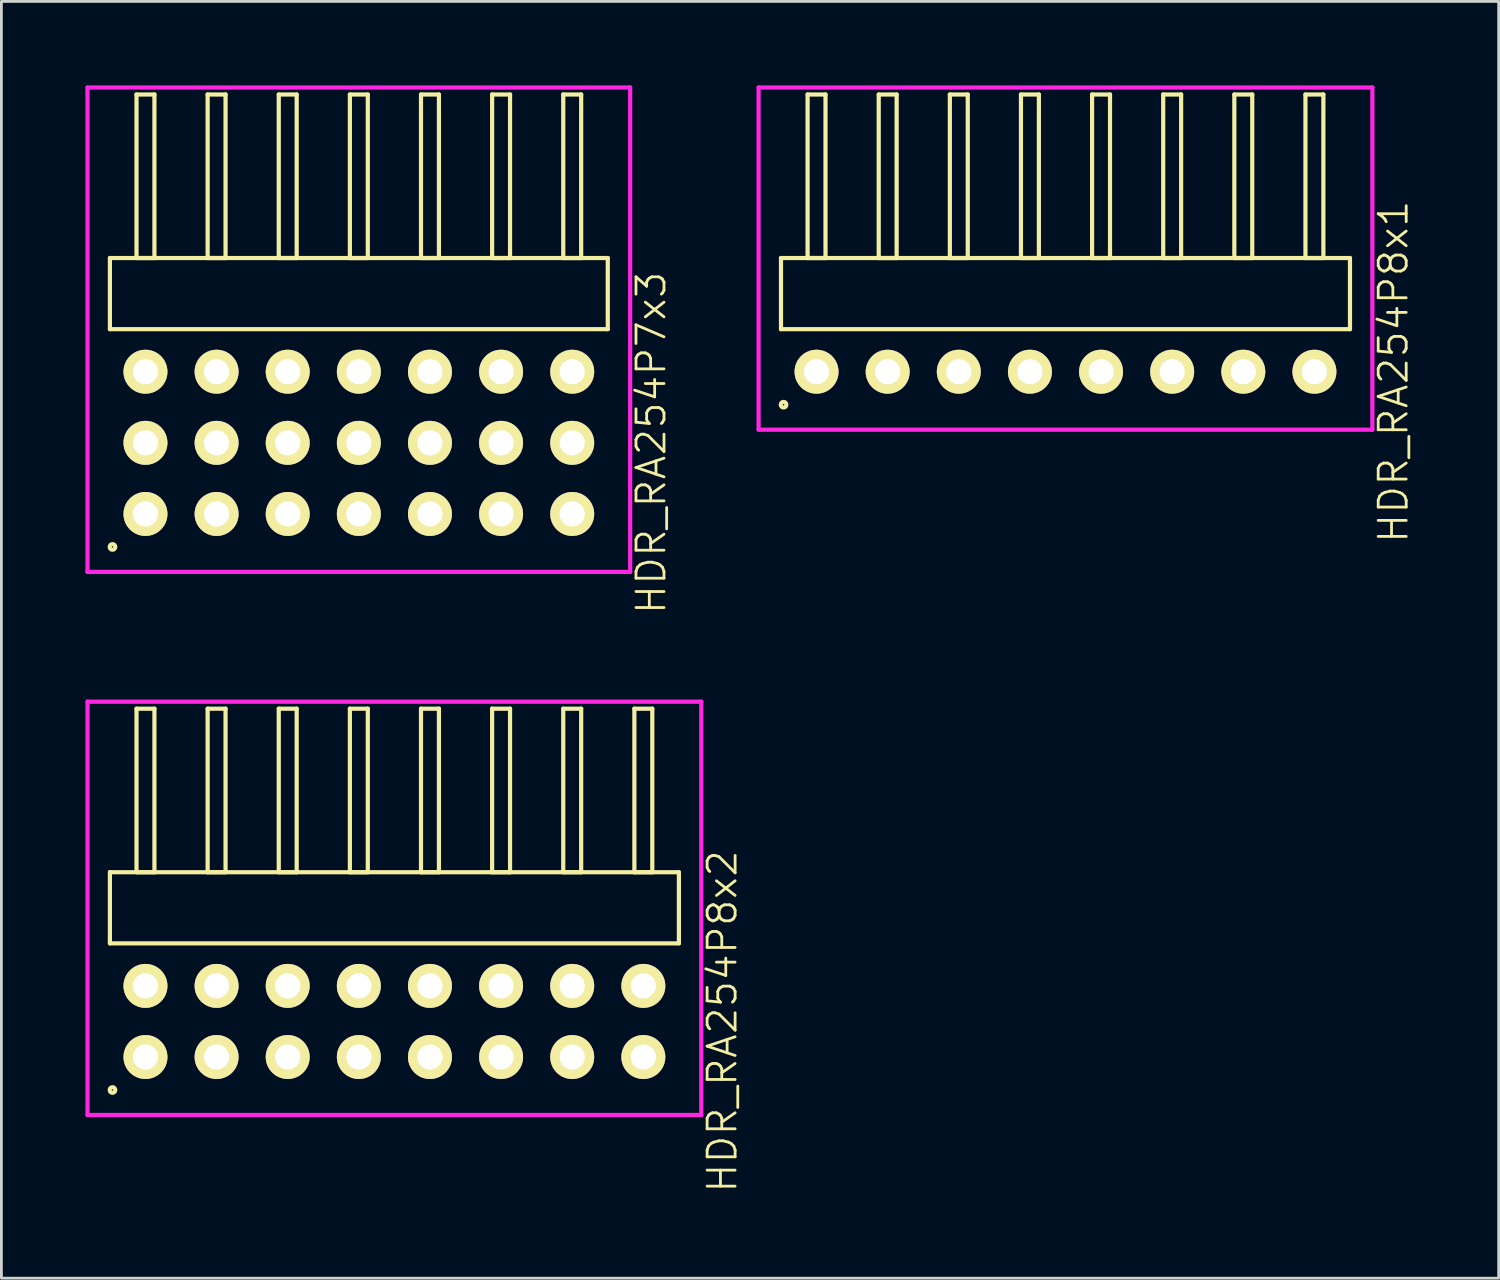
<source format=kicad_pcb>
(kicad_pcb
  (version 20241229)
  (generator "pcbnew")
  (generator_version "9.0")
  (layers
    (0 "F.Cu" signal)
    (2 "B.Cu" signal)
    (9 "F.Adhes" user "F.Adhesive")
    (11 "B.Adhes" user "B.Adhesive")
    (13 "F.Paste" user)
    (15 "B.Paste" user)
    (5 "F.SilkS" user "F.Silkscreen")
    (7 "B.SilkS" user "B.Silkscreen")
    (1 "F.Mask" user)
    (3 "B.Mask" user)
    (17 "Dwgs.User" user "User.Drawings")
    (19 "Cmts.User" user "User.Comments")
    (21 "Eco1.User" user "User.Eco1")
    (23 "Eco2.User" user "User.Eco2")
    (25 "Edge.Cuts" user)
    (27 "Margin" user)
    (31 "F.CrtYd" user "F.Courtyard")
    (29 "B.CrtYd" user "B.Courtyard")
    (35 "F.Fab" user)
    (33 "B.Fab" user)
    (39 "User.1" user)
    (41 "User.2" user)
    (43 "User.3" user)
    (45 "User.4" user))
  (footprint "HDR_RA254P8x2"
    (layer "F.Cu")
    (at 11.035 33.429)
    (property "Reference" "HDR_RA254P8x2" (at 11.71 0 90) (layer "F.SilkS") (effects (font (size 1 1) (thickness 0.1))))
    (attr through_hole)
    (fp_line (start -10.16 -5.33) (end -10.16 -2.79) (stroke (width 0.15) (type solid)) (layer "F.SilkS"))
    (fp_line (start -10.16 -2.79) (end 10.16 -2.79) (stroke (width 0.15) (type solid)) (layer "F.SilkS"))
    (fp_line (start -9.21 -11.17) (end -9.21 -5.33) (stroke (width 0.15) (type solid)) (layer "F.SilkS"))
    (fp_line (start -9.21 -5.33) (end -8.57 -5.33) (stroke (width 0.15) (type solid)) (layer "F.SilkS"))
    (fp_line (start -8.57 -11.17) (end -9.21 -11.17) (stroke (width 0.15) (type solid)) (layer "F.SilkS"))
    (fp_line (start -8.57 -5.33) (end -8.57 -11.17) (stroke (width 0.15) (type solid)) (layer "F.SilkS"))
    (fp_line (start -6.67 -11.17) (end -6.67 -5.33) (stroke (width 0.15) (type solid)) (layer "F.SilkS"))
    (fp_line (start -6.67 -5.33) (end -6.03 -5.33) (stroke (width 0.15) (type solid)) (layer "F.SilkS"))
    (fp_line (start -6.03 -11.17) (end -6.67 -11.17) (stroke (width 0.15) (type solid)) (layer "F.SilkS"))
    (fp_line (start -6.03 -5.33) (end -6.03 -11.17) (stroke (width 0.15) (type solid)) (layer "F.SilkS"))
    (fp_line (start -4.13 -11.17) (end -4.13 -5.33) (stroke (width 0.15) (type solid)) (layer "F.SilkS"))
    (fp_line (start -4.13 -5.33) (end -3.49 -5.33) (stroke (width 0.15) (type solid)) (layer "F.SilkS"))
    (fp_line (start -3.49 -11.17) (end -4.13 -11.17) (stroke (width 0.15) (type solid)) (layer "F.SilkS"))
    (fp_line (start -3.49 -5.33) (end -3.49 -11.17) (stroke (width 0.15) (type solid)) (layer "F.SilkS"))
    (fp_line (start -1.59 -11.17) (end -1.59 -5.33) (stroke (width 0.15) (type solid)) (layer "F.SilkS"))
    (fp_line (start -1.59 -5.33) (end -0.95 -5.33) (stroke (width 0.15) (type solid)) (layer "F.SilkS"))
    (fp_line (start -0.95 -11.17) (end -1.59 -11.17) (stroke (width 0.15) (type solid)) (layer "F.SilkS"))
    (fp_line (start -0.95 -5.33) (end -0.95 -11.17) (stroke (width 0.15) (type solid)) (layer "F.SilkS"))
    (fp_line (start 0.95 -11.17) (end 0.95 -5.33) (stroke (width 0.15) (type solid)) (layer "F.SilkS"))
    (fp_line (start 0.95 -5.33) (end 1.59 -5.33) (stroke (width 0.15) (type solid)) (layer "F.SilkS"))
    (fp_line (start 1.59 -11.17) (end 0.95 -11.17) (stroke (width 0.15) (type solid)) (layer "F.SilkS"))
    (fp_line (start 1.59 -5.33) (end 1.59 -11.17) (stroke (width 0.15) (type solid)) (layer "F.SilkS"))
    (fp_line (start 3.49 -11.17) (end 3.49 -5.33) (stroke (width 0.15) (type solid)) (layer "F.SilkS"))
    (fp_line (start 3.49 -5.33) (end 4.13 -5.33) (stroke (width 0.15) (type solid)) (layer "F.SilkS"))
    (fp_line (start 4.13 -11.17) (end 3.49 -11.17) (stroke (width 0.15) (type solid)) (layer "F.SilkS"))
    (fp_line (start 4.13 -5.33) (end 4.13 -11.17) (stroke (width 0.15) (type solid)) (layer "F.SilkS"))
    (fp_line (start 6.03 -11.17) (end 6.03 -5.33) (stroke (width 0.15) (type solid)) (layer "F.SilkS"))
    (fp_line (start 6.03 -5.33) (end 6.67 -5.33) (stroke (width 0.15) (type solid)) (layer "F.SilkS"))
    (fp_line (start 6.67 -11.17) (end 6.03 -11.17) (stroke (width 0.15) (type solid)) (layer "F.SilkS"))
    (fp_line (start 6.67 -5.33) (end 6.67 -11.17) (stroke (width 0.15) (type solid)) (layer "F.SilkS"))
    (fp_line (start 8.57 -11.17) (end 8.57 -5.33) (stroke (width 0.15) (type solid)) (layer "F.SilkS"))
    (fp_line (start 8.57 -5.33) (end 9.21 -5.33) (stroke (width 0.15) (type solid)) (layer "F.SilkS"))
    (fp_line (start 9.21 -11.17) (end 8.57 -11.17) (stroke (width 0.15) (type solid)) (layer "F.SilkS"))
    (fp_line (start 9.21 -5.33) (end 9.21 -11.17) (stroke (width 0.15) (type solid)) (layer "F.SilkS"))
    (fp_line (start 10.16 -5.33) (end -10.16 -5.33) (stroke (width 0.15) (type solid)) (layer "F.SilkS"))
    (fp_line (start 10.16 -2.79) (end 10.16 -5.33) (stroke (width 0.15) (type solid)) (layer "F.SilkS"))
    (fp_circle (center -10.068 2.448) (end -9.968 2.448) (stroke (width 0.15) (type solid)) (fill no) (layer "F.SilkS"))
    (fp_line (start -10.96 -11.42) (end -10.96 3.34) (stroke (width 0.15) (type solid)) (layer "F.CrtYd"))
    (fp_line (start -10.96 3.34) (end 10.96 3.34) (stroke (width 0.15) (type solid)) (layer "F.CrtYd"))
    (fp_line (start 10.96 -11.42) (end -10.96 -11.42) (stroke (width 0.15) (type solid)) (layer "F.CrtYd"))
    (fp_line (start 10.96 3.34) (end 10.96 -11.42) (stroke (width 0.15) (type solid)) (layer "F.CrtYd"))
    (pad "1" thru_hole oval (at -8.89 1.27) (size 1.57 1.57) (drill 0.9) (layers "*.Cu" "*.Mask" "F.SilkS"))
    (pad "2" thru_hole oval (at -8.89 -1.27) (size 1.57 1.57) (drill 0.9) (layers "*.Cu" "*.Mask" "F.SilkS"))
    (pad "3" thru_hole oval (at -6.35 1.27) (size 1.57 1.57) (drill 0.9) (layers "*.Cu" "*.Mask" "F.SilkS"))
    (pad "4" thru_hole oval (at -6.35 -1.27) (size 1.57 1.57) (drill 0.9) (layers "*.Cu" "*.Mask" "F.SilkS"))
    (pad "5" thru_hole oval (at -3.81 1.27) (size 1.57 1.57) (drill 0.9) (layers "*.Cu" "*.Mask" "F.SilkS"))
    (pad "6" thru_hole oval (at -3.81 -1.27) (size 1.57 1.57) (drill 0.9) (layers "*.Cu" "*.Mask" "F.SilkS"))
    (pad "7" thru_hole oval (at -1.27 1.27) (size 1.57 1.57) (drill 0.9) (layers "*.Cu" "*.Mask" "F.SilkS"))
    (pad "8" thru_hole oval (at -1.27 -1.27) (size 1.57 1.57) (drill 0.9) (layers "*.Cu" "*.Mask" "F.SilkS"))
    (pad "9" thru_hole oval (at 1.27 1.27) (size 1.57 1.57) (drill 0.9) (layers "*.Cu" "*.Mask" "F.SilkS"))
    (pad "10" thru_hole oval (at 1.27 -1.27) (size 1.57 1.57) (drill 0.9) (layers "*.Cu" "*.Mask" "F.SilkS"))
    (pad "11" thru_hole oval (at 3.81 1.27) (size 1.57 1.57) (drill 0.9) (layers "*.Cu" "*.Mask" "F.SilkS"))
    (pad "12" thru_hole oval (at 3.81 -1.27) (size 1.57 1.57) (drill 0.9) (layers "*.Cu" "*.Mask" "F.SilkS"))
    (pad "13" thru_hole oval (at 6.35 1.27) (size 1.57 1.57) (drill 0.9) (layers "*.Cu" "*.Mask" "F.SilkS"))
    (pad "14" thru_hole oval (at 6.35 -1.27) (size 1.57 1.57) (drill 0.9) (layers "*.Cu" "*.Mask" "F.SilkS"))
    (pad "15" thru_hole oval (at 8.89 1.27) (size 1.57 1.57) (drill 0.9) (layers "*.Cu" "*.Mask" "F.SilkS"))
    (pad "16" thru_hole oval (at 8.89 -1.27) (size 1.57 1.57) (drill 0.9) (layers "*.Cu" "*.Mask" "F.SilkS")))
  (footprint "HDR_RA254P7x3"
    (layer "F.Cu")
    (at 9.765 12.765)
    (property "Reference" "HDR_RA254P7x3" (at 10.44 0 90) (layer "F.SilkS") (effects (font (size 1 1) (thickness 0.1))))
    (attr through_hole)
    (fp_line (start -8.89 -6.6) (end -8.89 -4.06) (stroke (width 0.15) (type solid)) (layer "F.SilkS"))
    (fp_line (start -8.89 -4.06) (end 8.89 -4.06) (stroke (width 0.15) (type solid)) (layer "F.SilkS"))
    (fp_line (start -7.94 -12.44) (end -7.94 -6.6) (stroke (width 0.15) (type solid)) (layer "F.SilkS"))
    (fp_line (start -7.94 -6.6) (end -7.3 -6.6) (stroke (width 0.15) (type solid)) (layer "F.SilkS"))
    (fp_line (start -7.3 -12.44) (end -7.94 -12.44) (stroke (width 0.15) (type solid)) (layer "F.SilkS"))
    (fp_line (start -7.3 -6.6) (end -7.3 -12.44) (stroke (width 0.15) (type solid)) (layer "F.SilkS"))
    (fp_line (start -5.4 -12.44) (end -5.4 -6.6) (stroke (width 0.15) (type solid)) (layer "F.SilkS"))
    (fp_line (start -5.4 -6.6) (end -4.76 -6.6) (stroke (width 0.15) (type solid)) (layer "F.SilkS"))
    (fp_line (start -4.76 -12.44) (end -5.4 -12.44) (stroke (width 0.15) (type solid)) (layer "F.SilkS"))
    (fp_line (start -4.76 -6.6) (end -4.76 -12.44) (stroke (width 0.15) (type solid)) (layer "F.SilkS"))
    (fp_line (start -2.86 -12.44) (end -2.86 -6.6) (stroke (width 0.15) (type solid)) (layer "F.SilkS"))
    (fp_line (start -2.86 -6.6) (end -2.22 -6.6) (stroke (width 0.15) (type solid)) (layer "F.SilkS"))
    (fp_line (start -2.22 -12.44) (end -2.86 -12.44) (stroke (width 0.15) (type solid)) (layer "F.SilkS"))
    (fp_line (start -2.22 -6.6) (end -2.22 -12.44) (stroke (width 0.15) (type solid)) (layer "F.SilkS"))
    (fp_line (start -0.32 -12.44) (end -0.32 -6.6) (stroke (width 0.15) (type solid)) (layer "F.SilkS"))
    (fp_line (start -0.32 -6.6) (end 0.32 -6.6) (stroke (width 0.15) (type solid)) (layer "F.SilkS"))
    (fp_line (start 0.32 -12.44) (end -0.32 -12.44) (stroke (width 0.15) (type solid)) (layer "F.SilkS"))
    (fp_line (start 0.32 -6.6) (end 0.32 -12.44) (stroke (width 0.15) (type solid)) (layer "F.SilkS"))
    (fp_line (start 2.22 -12.44) (end 2.22 -6.6) (stroke (width 0.15) (type solid)) (layer "F.SilkS"))
    (fp_line (start 2.22 -6.6) (end 2.86 -6.6) (stroke (width 0.15) (type solid)) (layer "F.SilkS"))
    (fp_line (start 2.86 -12.44) (end 2.22 -12.44) (stroke (width 0.15) (type solid)) (layer "F.SilkS"))
    (fp_line (start 2.86 -6.6) (end 2.86 -12.44) (stroke (width 0.15) (type solid)) (layer "F.SilkS"))
    (fp_line (start 4.76 -12.44) (end 4.76 -6.6) (stroke (width 0.15) (type solid)) (layer "F.SilkS"))
    (fp_line (start 4.76 -6.6) (end 5.4 -6.6) (stroke (width 0.15) (type solid)) (layer "F.SilkS"))
    (fp_line (start 5.4 -12.44) (end 4.76 -12.44) (stroke (width 0.15) (type solid)) (layer "F.SilkS"))
    (fp_line (start 5.4 -6.6) (end 5.4 -12.44) (stroke (width 0.15) (type solid)) (layer "F.SilkS"))
    (fp_line (start 7.3 -12.44) (end 7.3 -6.6) (stroke (width 0.15) (type solid)) (layer "F.SilkS"))
    (fp_line (start 7.3 -6.6) (end 7.94 -6.6) (stroke (width 0.15) (type solid)) (layer "F.SilkS"))
    (fp_line (start 7.94 -12.44) (end 7.3 -12.44) (stroke (width 0.15) (type solid)) (layer "F.SilkS"))
    (fp_line (start 7.94 -6.6) (end 7.94 -12.44) (stroke (width 0.15) (type solid)) (layer "F.SilkS"))
    (fp_line (start 8.89 -6.6) (end -8.89 -6.6) (stroke (width 0.15) (type solid)) (layer "F.SilkS"))
    (fp_line (start 8.89 -4.06) (end 8.89 -6.6) (stroke (width 0.15) (type solid)) (layer "F.SilkS"))
    (fp_circle (center -8.798 3.718) (end -8.698 3.718) (stroke (width 0.15) (type solid)) (fill no) (layer "F.SilkS"))
    (fp_line (start -9.69 -12.69) (end -9.69 4.61) (stroke (width 0.15) (type solid)) (layer "F.CrtYd"))
    (fp_line (start -9.69 4.61) (end 9.69 4.61) (stroke (width 0.15) (type solid)) (layer "F.CrtYd"))
    (fp_line (start 9.69 -12.69) (end -9.69 -12.69) (stroke (width 0.15) (type solid)) (layer "F.CrtYd"))
    (fp_line (start 9.69 4.61) (end 9.69 -12.69) (stroke (width 0.15) (type solid)) (layer "F.CrtYd"))
    (pad "1" thru_hole oval (at -7.62 2.54) (size 1.57 1.57) (drill 0.9) (layers "*.Cu" "*.Mask" "F.SilkS"))
    (pad "2" thru_hole oval (at -7.62 0) (size 1.57 1.57) (drill 0.9) (layers "*.Cu" "*.Mask" "F.SilkS"))
    (pad "3" thru_hole oval (at -7.62 -2.54) (size 1.57 1.57) (drill 0.9) (layers "*.Cu" "*.Mask" "F.SilkS"))
    (pad "4" thru_hole oval (at -5.08 2.54) (size 1.57 1.57) (drill 0.9) (layers "*.Cu" "*.Mask" "F.SilkS"))
    (pad "5" thru_hole oval (at -5.08 0) (size 1.57 1.57) (drill 0.9) (layers "*.Cu" "*.Mask" "F.SilkS"))
    (pad "6" thru_hole oval (at -5.08 -2.54) (size 1.57 1.57) (drill 0.9) (layers "*.Cu" "*.Mask" "F.SilkS"))
    (pad "7" thru_hole oval (at -2.54 2.54) (size 1.57 1.57) (drill 0.9) (layers "*.Cu" "*.Mask" "F.SilkS"))
    (pad "8" thru_hole oval (at -2.54 0) (size 1.57 1.57) (drill 0.9) (layers "*.Cu" "*.Mask" "F.SilkS"))
    (pad "9" thru_hole oval (at -2.54 -2.54) (size 1.57 1.57) (drill 0.9) (layers "*.Cu" "*.Mask" "F.SilkS"))
    (pad "10" thru_hole oval (at 0 2.54) (size 1.57 1.57) (drill 0.9) (layers "*.Cu" "*.Mask" "F.SilkS"))
    (pad "11" thru_hole oval (at 0 0) (size 1.57 1.57) (drill 0.9) (layers "*.Cu" "*.Mask" "F.SilkS"))
    (pad "12" thru_hole oval (at 0 -2.54) (size 1.57 1.57) (drill 0.9) (layers "*.Cu" "*.Mask" "F.SilkS"))
    (pad "13" thru_hole oval (at 2.54 2.54) (size 1.57 1.57) (drill 0.9) (layers "*.Cu" "*.Mask" "F.SilkS"))
    (pad "14" thru_hole oval (at 2.54 0) (size 1.57 1.57) (drill 0.9) (layers "*.Cu" "*.Mask" "F.SilkS"))
    (pad "15" thru_hole oval (at 2.54 -2.54) (size 1.57 1.57) (drill 0.9) (layers "*.Cu" "*.Mask" "F.SilkS"))
    (pad "16" thru_hole oval (at 5.08 2.54) (size 1.57 1.57) (drill 0.9) (layers "*.Cu" "*.Mask" "F.SilkS"))
    (pad "17" thru_hole oval (at 5.08 0) (size 1.57 1.57) (drill 0.9) (layers "*.Cu" "*.Mask" "F.SilkS"))
    (pad "18" thru_hole oval (at 5.08 -2.54) (size 1.57 1.57) (drill 0.9) (layers "*.Cu" "*.Mask" "F.SilkS"))
    (pad "19" thru_hole oval (at 7.62 2.54) (size 1.57 1.57) (drill 0.9) (layers "*.Cu" "*.Mask" "F.SilkS"))
    (pad "20" thru_hole oval (at 7.62 0) (size 1.57 1.57) (drill 0.9) (layers "*.Cu" "*.Mask" "F.SilkS"))
    (pad "21" thru_hole oval (at 7.62 -2.54) (size 1.57 1.57) (drill 0.9) (layers "*.Cu" "*.Mask" "F.SilkS")))
  (footprint "HDR_RA254P8x1"
    (layer "F.Cu")
    (at 35.001 10.225)
    (property "Reference" "HDR_RA254P8x1" (at 11.71 0 90) (layer "F.SilkS") (effects (font (size 1 1) (thickness 0.1))))
    (attr through_hole)
    (fp_line (start -10.16 -4.06) (end -10.16 -1.52) (stroke (width 0.15) (type solid)) (layer "F.SilkS"))
    (fp_line (start -10.16 -1.52) (end 10.16 -1.52) (stroke (width 0.15) (type solid)) (layer "F.SilkS"))
    (fp_line (start -9.21 -9.9) (end -9.21 -4.06) (stroke (width 0.15) (type solid)) (layer "F.SilkS"))
    (fp_line (start -9.21 -4.06) (end -8.57 -4.06) (stroke (width 0.15) (type solid)) (layer "F.SilkS"))
    (fp_line (start -8.57 -9.9) (end -9.21 -9.9) (stroke (width 0.15) (type solid)) (layer "F.SilkS"))
    (fp_line (start -8.57 -4.06) (end -8.57 -9.9) (stroke (width 0.15) (type solid)) (layer "F.SilkS"))
    (fp_line (start -6.67 -9.9) (end -6.67 -4.06) (stroke (width 0.15) (type solid)) (layer "F.SilkS"))
    (fp_line (start -6.67 -4.06) (end -6.03 -4.06) (stroke (width 0.15) (type solid)) (layer "F.SilkS"))
    (fp_line (start -6.03 -9.9) (end -6.67 -9.9) (stroke (width 0.15) (type solid)) (layer "F.SilkS"))
    (fp_line (start -6.03 -4.06) (end -6.03 -9.9) (stroke (width 0.15) (type solid)) (layer "F.SilkS"))
    (fp_line (start -4.13 -9.9) (end -4.13 -4.06) (stroke (width 0.15) (type solid)) (layer "F.SilkS"))
    (fp_line (start -4.13 -4.06) (end -3.49 -4.06) (stroke (width 0.15) (type solid)) (layer "F.SilkS"))
    (fp_line (start -3.49 -9.9) (end -4.13 -9.9) (stroke (width 0.15) (type solid)) (layer "F.SilkS"))
    (fp_line (start -3.49 -4.06) (end -3.49 -9.9) (stroke (width 0.15) (type solid)) (layer "F.SilkS"))
    (fp_line (start -1.59 -9.9) (end -1.59 -4.06) (stroke (width 0.15) (type solid)) (layer "F.SilkS"))
    (fp_line (start -1.59 -4.06) (end -0.95 -4.06) (stroke (width 0.15) (type solid)) (layer "F.SilkS"))
    (fp_line (start -0.95 -9.9) (end -1.59 -9.9) (stroke (width 0.15) (type solid)) (layer "F.SilkS"))
    (fp_line (start -0.95 -4.06) (end -0.95 -9.9) (stroke (width 0.15) (type solid)) (layer "F.SilkS"))
    (fp_line (start 0.95 -9.9) (end 0.95 -4.06) (stroke (width 0.15) (type solid)) (layer "F.SilkS"))
    (fp_line (start 0.95 -4.06) (end 1.59 -4.06) (stroke (width 0.15) (type solid)) (layer "F.SilkS"))
    (fp_line (start 1.59 -9.9) (end 0.95 -9.9) (stroke (width 0.15) (type solid)) (layer "F.SilkS"))
    (fp_line (start 1.59 -4.06) (end 1.59 -9.9) (stroke (width 0.15) (type solid)) (layer "F.SilkS"))
    (fp_line (start 3.49 -9.9) (end 3.49 -4.06) (stroke (width 0.15) (type solid)) (layer "F.SilkS"))
    (fp_line (start 3.49 -4.06) (end 4.13 -4.06) (stroke (width 0.15) (type solid)) (layer "F.SilkS"))
    (fp_line (start 4.13 -9.9) (end 3.49 -9.9) (stroke (width 0.15) (type solid)) (layer "F.SilkS"))
    (fp_line (start 4.13 -4.06) (end 4.13 -9.9) (stroke (width 0.15) (type solid)) (layer "F.SilkS"))
    (fp_line (start 6.03 -9.9) (end 6.03 -4.06) (stroke (width 0.15) (type solid)) (layer "F.SilkS"))
    (fp_line (start 6.03 -4.06) (end 6.67 -4.06) (stroke (width 0.15) (type solid)) (layer "F.SilkS"))
    (fp_line (start 6.67 -9.9) (end 6.03 -9.9) (stroke (width 0.15) (type solid)) (layer "F.SilkS"))
    (fp_line (start 6.67 -4.06) (end 6.67 -9.9) (stroke (width 0.15) (type solid)) (layer "F.SilkS"))
    (fp_line (start 8.57 -9.9) (end 8.57 -4.06) (stroke (width 0.15) (type solid)) (layer "F.SilkS"))
    (fp_line (start 8.57 -4.06) (end 9.21 -4.06) (stroke (width 0.15) (type solid)) (layer "F.SilkS"))
    (fp_line (start 9.21 -9.9) (end 8.57 -9.9) (stroke (width 0.15) (type solid)) (layer "F.SilkS"))
    (fp_line (start 9.21 -4.06) (end 9.21 -9.9) (stroke (width 0.15) (type solid)) (layer "F.SilkS"))
    (fp_line (start 10.16 -4.06) (end -10.16 -4.06) (stroke (width 0.15) (type solid)) (layer "F.SilkS"))
    (fp_line (start 10.16 -1.52) (end 10.16 -4.06) (stroke (width 0.15) (type solid)) (layer "F.SilkS"))
    (fp_circle (center -10.068 1.178) (end -9.968 1.178) (stroke (width 0.15) (type solid)) (fill no) (layer "F.SilkS"))
    (fp_line (start -10.96 -10.15) (end -10.96 2.07) (stroke (width 0.15) (type solid)) (layer "F.CrtYd"))
    (fp_line (start -10.96 2.07) (end 10.96 2.07) (stroke (width 0.15) (type solid)) (layer "F.CrtYd"))
    (fp_line (start 10.96 -10.15) (end -10.96 -10.15) (stroke (width 0.15) (type solid)) (layer "F.CrtYd"))
    (fp_line (start 10.96 2.07) (end 10.96 -10.15) (stroke (width 0.15) (type solid)) (layer "F.CrtYd"))
    (pad "1" thru_hole oval (at -8.89 0) (size 1.57 1.57) (drill 0.9) (layers "*.Cu" "*.Mask" "F.SilkS"))
    (pad "2" thru_hole oval (at -6.35 0) (size 1.57 1.57) (drill 0.9) (layers "*.Cu" "*.Mask" "F.SilkS"))
    (pad "3" thru_hole oval (at -3.81 0) (size 1.57 1.57) (drill 0.9) (layers "*.Cu" "*.Mask" "F.SilkS"))
    (pad "4" thru_hole oval (at -1.27 0) (size 1.57 1.57) (drill 0.9) (layers "*.Cu" "*.Mask" "F.SilkS"))
    (pad "5" thru_hole oval (at 1.27 0) (size 1.57 1.57) (drill 0.9) (layers "*.Cu" "*.Mask" "F.SilkS"))
    (pad "6" thru_hole oval (at 3.81 0) (size 1.57 1.57) (drill 0.9) (layers "*.Cu" "*.Mask" "F.SilkS"))
    (pad "7" thru_hole oval (at 6.35 0) (size 1.57 1.57) (drill 0.9) (layers "*.Cu" "*.Mask" "F.SilkS"))
    (pad "8" thru_hole oval (at 8.89 0) (size 1.57 1.57) (drill 0.9) (layers "*.Cu" "*.Mask" "F.SilkS")))
  (gr_rect
    (start -3 -3)
    (end 50.471 42.598)
    (stroke (width 0.1) (type default))
    (fill no)
    (layer "Edge.Cuts")))
</source>
